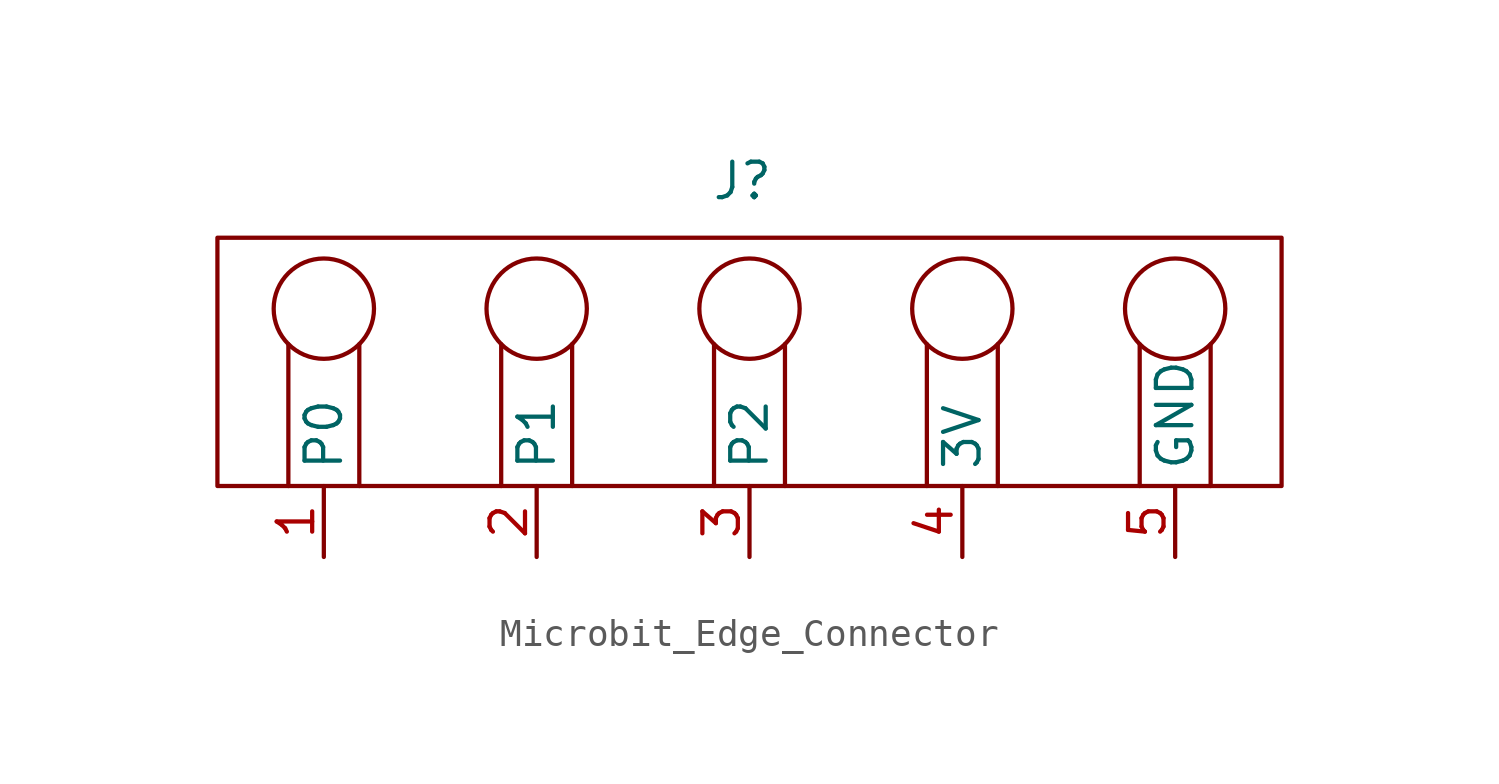
<source format=kicad_sym>
(kicad_symbol_lib
  (version 20241209)
  (generator "kicad_symbol_editor")
  (generator_version "9.0")
  (symbol "Microbit_Edge_Connector"
    (property "Reference" "J"
      (at -0.254 7.112 0)
      (effects (font (size 1.27 1.27))))
    (symbol "Microbit_Edge_Connector_1_1"
      (rectangle (start -19.05 5.08) (end 19.05 -3.81) (stroke (width 0) (type solid)) (fill (type none)))
      (polyline (pts (xy -16.51 -3.81) (xy -16.51 1.27)) (stroke (width 0) (type default)) (fill (type none)))
      (circle (center -15.24 2.54) (radius 1.796) (stroke (width 0) (type default)) (fill (type none)))
      (polyline (pts (xy -13.97 1.27) (xy -13.97 -3.81)) (stroke (width 0) (type default)) (fill (type none)))
      (polyline (pts (xy -8.89 -3.81) (xy -8.89 1.27)) (stroke (width 0) (type default)) (fill (type none)))
      (circle (center -7.62 2.54) (radius 1.796) (stroke (width 0) (type default)) (fill (type none)))
      (polyline (pts (xy -6.35 1.27) (xy -6.35 -3.81)) (stroke (width 0) (type default)) (fill (type none)))
      (polyline (pts (xy -1.27 -3.81) (xy -1.27 1.27)) (stroke (width 0) (type default)) (fill (type none)))
      (circle (center 0 2.54) (radius 1.796) (stroke (width 0) (type default)) (fill (type none)))
      (polyline (pts (xy 1.27 1.27) (xy 1.27 -3.81)) (stroke (width 0) (type default)) (fill (type none)))
      (polyline (pts (xy 6.35 1.27) (xy 6.35 -3.81)) (stroke (width 0) (type default)) (fill (type none)))
      (circle (center 7.62 2.54) (radius 1.796) (stroke (width 0) (type default)) (fill (type none)))
      (polyline (pts (xy 8.89 -3.81) (xy 8.89 1.27)) (stroke (width 0) (type default)) (fill (type none)))
      (polyline (pts (xy 13.97 1.27) (xy 13.97 -3.81)) (stroke (width 0) (type default)) (fill (type none)))
      (circle (center 15.24 2.54) (radius 1.796) (stroke (width 0) (type default)) (fill (type none)))
      (polyline (pts (xy 16.51 1.27) (xy 16.51 -3.81)) (stroke (width 0) (type default)) (fill (type none)))
      (pin bidirectional line (at -15.24 -6.35 90) (length 2.54) (name "P0" (effects (font (size 1.27 1.27)))) (number "1" (effects (font (size 1.27 1.27)))))
      (pin bidirectional line (at -7.62 -6.35 90) (length 2.54) (name "P1" (effects (font (size 1.27 1.27)))) (number "2" (effects (font (size 1.27 1.27)))))
      (pin bidirectional line (at 0 -6.35 90) (length 2.54) (name "P2" (effects (font (size 1.27 1.27)))) (number "3" (effects (font (size 1.27 1.27)))))
      (pin power_out line (at 7.62 -6.35 90) (length 2.54) (name "3V" (effects (font (size 1.27 1.27)))) (number "4" (effects (font (size 1.27 1.27)))))
      (pin power_out line (at 15.24 -6.35 90) (length 2.54) (name "GND" (effects (font (size 1.27 1.27)))) (number "5" (effects (font (size 1.27 1.27))))))))
</source>
